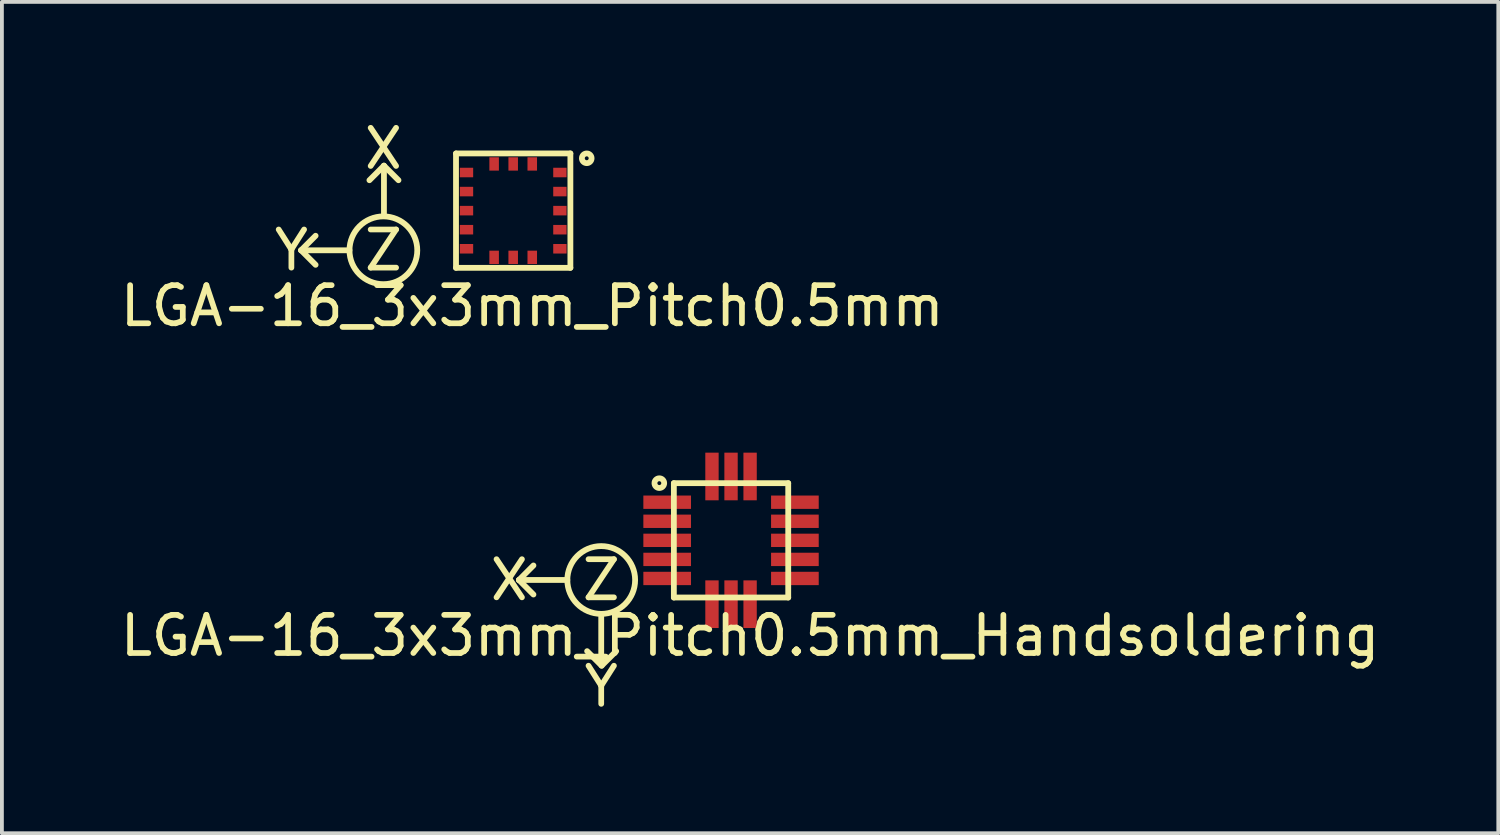
<source format=kicad_pcb>
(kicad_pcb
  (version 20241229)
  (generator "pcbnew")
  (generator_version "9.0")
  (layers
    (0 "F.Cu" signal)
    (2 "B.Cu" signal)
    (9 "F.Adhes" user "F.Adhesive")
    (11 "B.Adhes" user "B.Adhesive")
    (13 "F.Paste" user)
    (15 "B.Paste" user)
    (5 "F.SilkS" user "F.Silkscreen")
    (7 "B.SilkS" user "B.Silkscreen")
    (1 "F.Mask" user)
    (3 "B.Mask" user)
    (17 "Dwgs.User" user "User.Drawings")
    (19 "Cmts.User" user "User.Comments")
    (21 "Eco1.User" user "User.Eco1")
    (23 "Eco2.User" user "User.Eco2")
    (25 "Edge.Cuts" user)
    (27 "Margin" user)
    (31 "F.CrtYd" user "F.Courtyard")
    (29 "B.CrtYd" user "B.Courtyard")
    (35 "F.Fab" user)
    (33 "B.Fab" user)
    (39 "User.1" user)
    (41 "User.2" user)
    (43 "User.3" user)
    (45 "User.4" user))
  (footprint "LGA-16_3x3mm_Pitch0.5mm"
    (layer "F.Cu")
    (at 8.911 0.975)
    (property "Reference" "LGA-16_3x3mm_Pitch0.5mm" (at 2 4 0) (layer "F.SilkS") (effects (font (size 1 1) (thickness 0.15))))
    (attr through_hole)
    (fp_line (start -4.064 2.54) (end -3.683 2.159) (stroke (width 0.152) (type solid)) (layer "F.SilkS"))
    (fp_line (start -4.064 2.54) (end -3.683 2.921) (stroke (width 0.152) (type solid)) (layer "F.SilkS"))
    (fp_line (start -2.794 2.54) (end -4.064 2.54) (stroke (width 0.152) (type solid)) (layer "F.SilkS"))
    (fp_line (start -1.89 0.321) (end -2.271 0.702) (stroke (width 0.152) (type solid)) (layer "F.SilkS"))
    (fp_line (start -1.89 0.321) (end -1.509 0.702) (stroke (width 0.152) (type solid)) (layer "F.SilkS"))
    (fp_line (start -1.89 1.591) (end -1.89 0.321) (stroke (width 0.152) (type solid)) (layer "F.SilkS"))
    (fp_line (start 0 0) (end 3 0) (stroke (width 0.152) (type solid)) (layer "F.SilkS"))
    (fp_line (start 0 3) (end 0 0) (stroke (width 0.152) (type solid)) (layer "F.SilkS"))
    (fp_line (start 3 0) (end 3 3) (stroke (width 0.152) (type solid)) (layer "F.SilkS"))
    (fp_line (start 3 3) (end 0 3) (stroke (width 0.152) (type solid)) (layer "F.SilkS"))
    (fp_circle (center -1.905 2.54) (end -1.016 2.54) (stroke (width 0.152) (type solid)) (fill no) (layer "F.SilkS"))
    (fp_circle (center 3.429 0.127) (end 3.556 0.127) (stroke (width 0.152) (type solid)) (fill no) (layer "F.SilkS"))
    (fp_text user "X" (at -1.905 -0.127 0) (layer "F.SilkS") (effects (font (size 1 1) (thickness 0.15))))
    (fp_text user "Z" (at -1.905 2.54 0) (layer "F.SilkS") (effects (font (size 1 1) (thickness 0.15))))
    (fp_text user "Y" (at -4.318 2.54 0) (layer "F.SilkS") (effects (font (size 1 1) (thickness 0.15))))
    (pad "1" smd rect (at 2.725 0.5) (size 0.35 0.25) (layers "F.Cu" "F.Mask" "F.Paste"))
    (pad "2" smd rect (at 2.725 1) (size 0.35 0.25) (layers "F.Cu" "F.Mask" "F.Paste"))
    (pad "3" smd rect (at 2.725 1.5) (size 0.35 0.25) (layers "F.Cu" "F.Mask" "F.Paste"))
    (pad "4" smd rect (at 2.725 2) (size 0.35 0.25) (layers "F.Cu" "F.Mask" "F.Paste"))
    (pad "5" smd rect (at 2.725 2.5) (size 0.35 0.25) (layers "F.Cu" "F.Mask" "F.Paste"))
    (pad "6" smd rect (at 2 2.725 90) (size 0.35 0.25) (layers "F.Cu" "F.Mask" "F.Paste"))
    (pad "7" smd rect (at 1.5 2.725 90) (size 0.35 0.25) (layers "F.Cu" "F.Mask" "F.Paste"))
    (pad "8" smd rect (at 1 2.725 90) (size 0.35 0.25) (layers "F.Cu" "F.Mask" "F.Paste"))
    (pad "9" smd rect (at 0.275 2.5) (size 0.35 0.25) (layers "F.Cu" "F.Mask" "F.Paste"))
    (pad "10" smd rect (at 0.275 2) (size 0.35 0.25) (layers "F.Cu" "F.Mask" "F.Paste"))
    (pad "11" smd rect (at 0.275 1.5) (size 0.35 0.25) (layers "F.Cu" "F.Mask" "F.Paste"))
    (pad "12" smd rect (at 0.275 1) (size 0.35 0.25) (layers "F.Cu" "F.Mask" "F.Paste"))
    (pad "13" smd rect (at 0.275 0.5) (size 0.35 0.25) (layers "F.Cu" "F.Mask" "F.Paste"))
    (pad "14" smd rect (at 1 0.275 90) (size 0.35 0.25) (layers "F.Cu" "F.Mask" "F.Paste"))
    (pad "15" smd rect (at 1.5 0.275 90) (size 0.35 0.25) (layers "F.Cu" "F.Mask" "F.Paste"))
    (pad "16" smd rect (at 2 0.275 90) (size 0.35 0.25) (layers "F.Cu" "F.Mask" "F.Paste")))
  (footprint "LGA-16_3x3mm_Pitch0.5mm_Handsoldering"
    (layer "F.Cu")
    (at 14.625 9.623)
    (property "Reference" "LGA-16_3x3mm_Pitch0.5mm_Handsoldering" (at 2 4 0) (layer "F.SilkS") (effects (font (size 1 1) (thickness 0.15))))
    (attr through_hole)
    (fp_line (start -4.064 2.54) (end -3.683 2.159) (stroke (width 0.152) (type solid)) (layer "F.SilkS"))
    (fp_line (start -4.064 2.54) (end -3.683 2.921) (stroke (width 0.152) (type solid)) (layer "F.SilkS"))
    (fp_line (start -2.794 2.54) (end -4.064 2.54) (stroke (width 0.152) (type solid)) (layer "F.SilkS"))
    (fp_line (start -1.905 4.699) (end -1.905 3.429) (stroke (width 0.152) (type solid)) (layer "F.SilkS"))
    (fp_line (start -1.894 4.788) (end -2.275 4.407) (stroke (width 0.152) (type solid)) (layer "F.SilkS"))
    (fp_line (start -1.894 4.788) (end -1.513 4.407) (stroke (width 0.152) (type solid)) (layer "F.SilkS"))
    (fp_line (start 0 0) (end 3 0) (stroke (width 0.152) (type solid)) (layer "F.SilkS"))
    (fp_line (start 0 3) (end 0 0) (stroke (width 0.152) (type solid)) (layer "F.SilkS"))
    (fp_line (start 3 0) (end 3 3) (stroke (width 0.152) (type solid)) (layer "F.SilkS"))
    (fp_line (start 3 3) (end 0 3) (stroke (width 0.152) (type solid)) (layer "F.SilkS"))
    (fp_circle (center -1.905 2.54) (end -1.016 2.54) (stroke (width 0.152) (type solid)) (fill no) (layer "F.SilkS"))
    (fp_circle (center -0.381 0) (end -0.254 0) (stroke (width 0.152) (type solid)) (fill no) (layer "F.SilkS"))
    (fp_text user "Y" (at -1.905 5.334 0) (layer "F.SilkS") (effects (font (size 1 1) (thickness 0.15))))
    (fp_text user "X" (at -4.318 2.54 0) (layer "F.SilkS") (effects (font (size 1 1) (thickness 0.15))))
    (fp_text user "Z" (at -1.905 2.54 0) (layer "F.SilkS") (effects (font (size 1 1) (thickness 0.15))))
    (pad "1" smd rect (at -0.175 0.5) (size 1.25 0.35) (layers "F.Cu" "F.Mask" "F.Paste"))
    (pad "2" smd rect (at -0.175 1) (size 1.25 0.35) (layers "F.Cu" "F.Mask" "F.Paste"))
    (pad "3" smd rect (at -0.175 1.5) (size 1.25 0.35) (layers "F.Cu" "F.Mask" "F.Paste"))
    (pad "4" smd rect (at -0.175 2) (size 1.25 0.35) (layers "F.Cu" "F.Mask" "F.Paste"))
    (pad "5" smd rect (at -0.175 2.5) (size 1.25 0.35) (layers "F.Cu" "F.Mask" "F.Paste"))
    (pad "6" smd rect (at 1 3.175 90) (size 1.25 0.35) (layers "F.Cu" "F.Mask" "F.Paste"))
    (pad "7" smd rect (at 1.5 3.175 90) (size 1.25 0.35) (layers "F.Cu" "F.Mask" "F.Paste"))
    (pad "8" smd rect (at 2 3.175 90) (size 1.25 0.35) (layers "F.Cu" "F.Mask" "F.Paste"))
    (pad "9" smd rect (at 3.175 2.5) (size 1.25 0.35) (layers "F.Cu" "F.Mask" "F.Paste"))
    (pad "10" smd rect (at 3.175 2) (size 1.25 0.35) (layers "F.Cu" "F.Mask" "F.Paste"))
    (pad "11" smd rect (at 3.175 1.5) (size 1.25 0.35) (layers "F.Cu" "F.Mask" "F.Paste"))
    (pad "12" smd rect (at 3.175 1) (size 1.25 0.35) (layers "F.Cu" "F.Mask" "F.Paste"))
    (pad "13" smd rect (at 3.175 0.5) (size 1.25 0.35) (layers "F.Cu" "F.Mask" "F.Paste"))
    (pad "14" smd rect (at 2 -0.175 90) (size 1.25 0.35) (layers "F.Cu" "F.Mask" "F.Paste"))
    (pad "15" smd rect (at 1.5 -0.175 90) (size 1.25 0.35) (layers "F.Cu" "F.Mask" "F.Paste"))
    (pad "16" smd rect (at 1 -0.175 90) (size 1.25 0.35) (layers "F.Cu" "F.Mask" "F.Paste")))
  (gr_rect
    (start -3 -3)
    (end 36.25 18.806)
    (stroke (width 0.1) (type default))
    (fill no)
    (layer "Edge.Cuts")))
</source>
